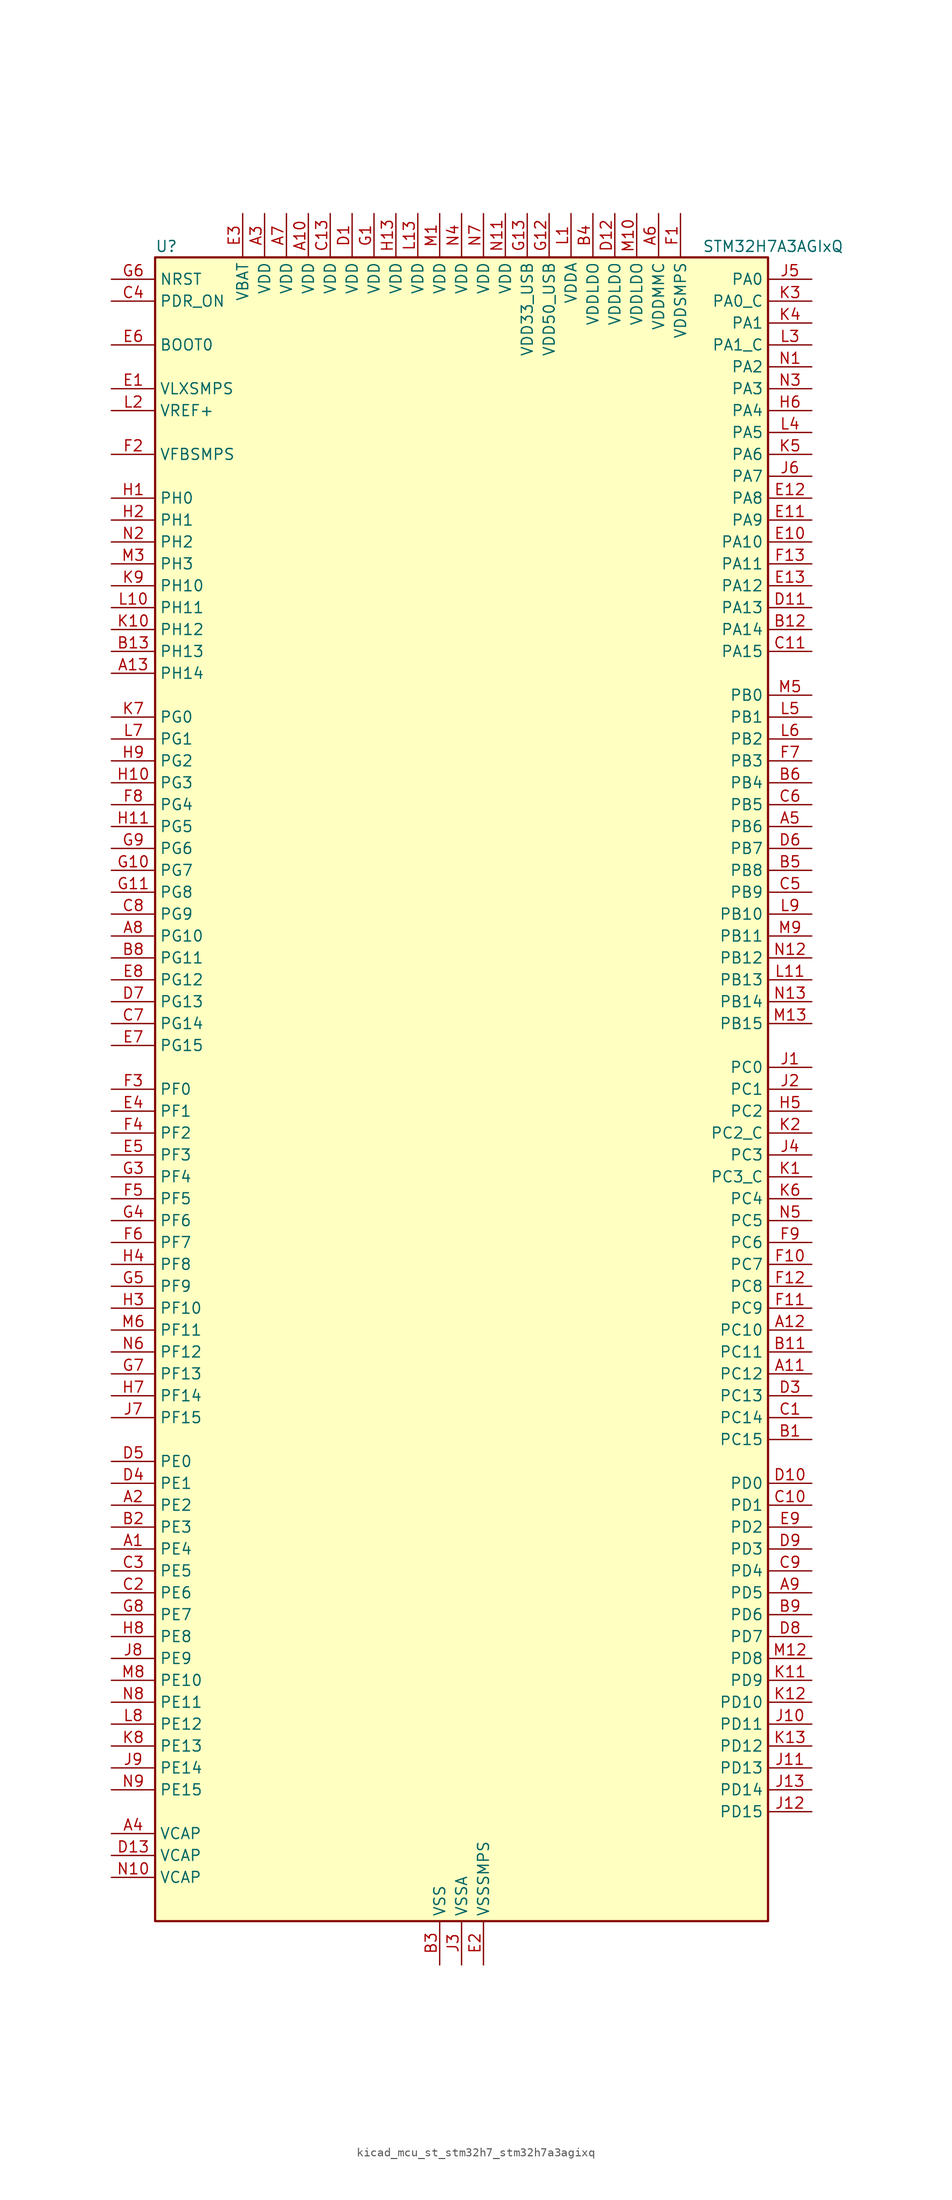
<source format=kicad_sym>
(kicad_symbol_lib
  (version 20220914)
  (generator kicad_symbol_editor)
  (symbol "kicad_mcu_st_stm32h7_stm32h7a3agixq"
    (property "Reference" "U"
      (at -35.56 97.79 0)
      (effects (font (size 1.27 1.27)) (justify left)))
    (property "Value" "STM32H7A3AGIxQ"
      (at 27.94 97.79 0)
      (effects (font (size 1.27 1.27)) (justify left)))
    (property "ki_locked" ""
      (at 0 0 0)
      (effects (font (size 1.27 1.27))))
    (symbol "kicad_mcu_st_stm32h7_stm32h7a3agixq_0_1"
      (rectangle (start -35.56 -96.52) (end 35.56 96.52) (stroke (width 0.254) (type default)) (fill (type background))))
    (symbol "kicad_mcu_st_stm32h7_stm32h7a3agixq_1_1"
      (pin bidirectional line (at -40.64 -53.34 0) (length 5.08) (name "PE4" (effects (font (size 1.27 1.27)))) (number "A1" (effects (font (size 1.27 1.27)))) (alternate "DCMI_D4" bidirectional line) (alternate "DEBUG_TRACED1" bidirectional line) (alternate "DFSDM1_DATIN3" bidirectional line) (alternate "FMC_A20" bidirectional line) (alternate "LTDC_B0" bidirectional line) (alternate "PSSI_D4" bidirectional line) (alternate "SAI1_D2" bidirectional line) (alternate "SAI1_FS_A" bidirectional line) (alternate "SPI4_NSS" bidirectional line) (alternate "TIM15_CH1N" bidirectional line))
      (pin power_in line (at -17.78 101.6 270) (length 5.08) (name "VDD" (effects (font (size 1.27 1.27)))) (number "A10" (effects (font (size 1.27 1.27)))))
      (pin bidirectional line (at 40.64 -33.02 180) (length 5.08) (name "PC12" (effects (font (size 1.27 1.27)))) (number "A11" (effects (font (size 1.27 1.27)))) (alternate "DCMI_D9" bidirectional line) (alternate "DEBUG_TRACED3" bidirectional line) (alternate "DFSDM2_CKOUT" bidirectional line) (alternate "I2S3_SDO" bidirectional line) (alternate "I2S6_CK" bidirectional line) (alternate "LTDC_R6" bidirectional line) (alternate "PSSI_D9" bidirectional line) (alternate "SDMMC1_CK" bidirectional line) (alternate "SPI3_MOSI" bidirectional line) (alternate "SPI6_SCK" bidirectional line) (alternate "TIM15_CH1" bidirectional line) (alternate "UART5_TX" bidirectional line) (alternate "USART3_CK" bidirectional line))
      (pin bidirectional line (at 40.64 -27.94 180) (length 5.08) (name "PC10" (effects (font (size 1.27 1.27)))) (number "A12" (effects (font (size 1.27 1.27)))) (alternate "DCMI_D8" bidirectional line) (alternate "DFSDM1_CKIN5" bidirectional line) (alternate "DFSDM2_CKIN0" bidirectional line) (alternate "I2S3_CK" bidirectional line) (alternate "LTDC_B1" bidirectional line) (alternate "LTDC_R2" bidirectional line) (alternate "OCTOSPIM_P1_IO1" bidirectional line) (alternate "PSSI_D8" bidirectional line) (alternate "SDMMC1_D2" bidirectional line) (alternate "SPI3_SCK" bidirectional line) (alternate "SWPMI1_RX" bidirectional line) (alternate "UART4_TX" bidirectional line) (alternate "USART3_TX" bidirectional line))
      (pin bidirectional line (at -40.64 48.26 0) (length 5.08) (name "PH14" (effects (font (size 1.27 1.27)))) (number "A13" (effects (font (size 1.27 1.27)))) (alternate "DCMI_D4" bidirectional line) (alternate "FDCAN1_RX" bidirectional line) (alternate "FMC_D22" bidirectional line) (alternate "LTDC_G3" bidirectional line) (alternate "PSSI_D4" bidirectional line) (alternate "TIM8_CH2N" bidirectional line) (alternate "UART4_RX" bidirectional line))
      (pin bidirectional line (at -40.64 -48.26 0) (length 5.08) (name "PE2" (effects (font (size 1.27 1.27)))) (number "A2" (effects (font (size 1.27 1.27)))) (alternate "DEBUG_TRACECLK" bidirectional line) (alternate "FMC_A23" bidirectional line) (alternate "OCTOSPIM_P1_IO2" bidirectional line) (alternate "SAI1_CK1" bidirectional line) (alternate "SAI1_MCLK_A" bidirectional line) (alternate "SPI4_SCK" bidirectional line) (alternate "USART10_RX" bidirectional line))
      (pin power_in line (at -22.86 101.6 270) (length 5.08) (name "VDD" (effects (font (size 1.27 1.27)))) (number "A3" (effects (font (size 1.27 1.27)))))
      (pin power_out line (at -40.64 -86.36 0) (length 5.08) (name "VCAP" (effects (font (size 1.27 1.27)))) (number "A4" (effects (font (size 1.27 1.27)))))
      (pin bidirectional line (at 40.64 30.48 180) (length 5.08) (name "PB6" (effects (font (size 1.27 1.27)))) (number "A5" (effects (font (size 1.27 1.27)))) (alternate "CEC" bidirectional line) (alternate "DCMI_D5" bidirectional line) (alternate "DFSDM1_DATIN5" bidirectional line) (alternate "FDCAN2_TX" bidirectional line) (alternate "FMC_SDNE1" bidirectional line) (alternate "I2C1_SCL" bidirectional line) (alternate "I2C4_SCL" bidirectional line) (alternate "LPUART1_TX" bidirectional line) (alternate "OCTOSPIM_P1_NCS" bidirectional line) (alternate "PSSI_D5" bidirectional line) (alternate "TIM16_CH1N" bidirectional line) (alternate "TIM4_CH1" bidirectional line) (alternate "UART5_TX" bidirectional line) (alternate "USART1_TX" bidirectional line))
      (pin power_in line (at 22.86 101.6 270) (length 5.08) (name "VDDMMC" (effects (font (size 1.27 1.27)))) (number "A6" (effects (font (size 1.27 1.27)))))
      (pin power_in line (at -20.32 101.6 270) (length 5.08) (name "VDD" (effects (font (size 1.27 1.27)))) (number "A7" (effects (font (size 1.27 1.27)))))
      (pin bidirectional line (at -40.64 17.78 0) (length 5.08) (name "PG10" (effects (font (size 1.27 1.27)))) (number "A8" (effects (font (size 1.27 1.27)))) (alternate "DCMI_D2" bidirectional line) (alternate "FMC_NE3" bidirectional line) (alternate "I2S1_WS" bidirectional line) (alternate "LTDC_B2" bidirectional line) (alternate "LTDC_G3" bidirectional line) (alternate "OCTOSPIM_P2_IO6" bidirectional line) (alternate "PSSI_D2" bidirectional line) (alternate "SAI2_SD_B" bidirectional line) (alternate "SDMMC2_D1" bidirectional line) (alternate "SPI1_NSS" bidirectional line))
      (pin bidirectional line (at 40.64 -58.42 180) (length 5.08) (name "PD5" (effects (font (size 1.27 1.27)))) (number "A9" (effects (font (size 1.27 1.27)))) (alternate "FMC_NWE" bidirectional line) (alternate "OCTOSPIM_P1_IO5" bidirectional line) (alternate "USART2_TX" bidirectional line))
      (pin bidirectional line (at 40.64 -40.64 180) (length 5.08) (name "PC15" (effects (font (size 1.27 1.27)))) (number "B1" (effects (font (size 1.27 1.27)))) (alternate "ADC1_EXTI15" bidirectional line) (alternate "ADC2_EXTI15" bidirectional line) (alternate "RCC_OSC32_OUT" bidirectional line))
      (pin passive line (at -2.54 -101.6 90) (length 5.08) hide (name "VSS" (effects (font (size 1.27 1.27)))) (number "B10" (effects (font (size 1.27 1.27)))))
      (pin bidirectional line (at 40.64 -30.48 180) (length 5.08) (name "PC11" (effects (font (size 1.27 1.27)))) (number "B11" (effects (font (size 1.27 1.27)))) (alternate "ADC1_EXTI11" bidirectional line) (alternate "ADC2_EXTI11" bidirectional line) (alternate "DCMI_D4" bidirectional line) (alternate "DFSDM1_DATIN5" bidirectional line) (alternate "DFSDM2_DATIN0" bidirectional line) (alternate "I2S3_SDI" bidirectional line) (alternate "LTDC_B4" bidirectional line) (alternate "OCTOSPIM_P1_NCS" bidirectional line) (alternate "PSSI_D4" bidirectional line) (alternate "SDMMC1_D3" bidirectional line) (alternate "SPI3_MISO" bidirectional line) (alternate "UART4_RX" bidirectional line) (alternate "USART3_RX" bidirectional line))
      (pin bidirectional line (at 40.64 53.34 180) (length 5.08) (name "PA14" (effects (font (size 1.27 1.27)))) (number "B12" (effects (font (size 1.27 1.27)))) (alternate "DEBUG_JTCK-SWCLK" bidirectional line))
      (pin bidirectional line (at -40.64 50.8 0) (length 5.08) (name "PH13" (effects (font (size 1.27 1.27)))) (number "B13" (effects (font (size 1.27 1.27)))) (alternate "FDCAN1_TX" bidirectional line) (alternate "FMC_D21" bidirectional line) (alternate "LTDC_G2" bidirectional line) (alternate "TIM8_CH1N" bidirectional line) (alternate "UART4_TX" bidirectional line))
      (pin bidirectional line (at -40.64 -50.8 0) (length 5.08) (name "PE3" (effects (font (size 1.27 1.27)))) (number "B2" (effects (font (size 1.27 1.27)))) (alternate "DEBUG_TRACED0" bidirectional line) (alternate "FMC_A19" bidirectional line) (alternate "SAI1_SD_B" bidirectional line) (alternate "TIM15_BKIN" bidirectional line) (alternate "USART10_TX" bidirectional line))
      (pin power_in line (at -2.54 -101.6 90) (length 5.08) (name "VSS" (effects (font (size 1.27 1.27)))) (number "B3" (effects (font (size 1.27 1.27)))))
      (pin power_in line (at 15.24 101.6 270) (length 5.08) (name "VDDLDO" (effects (font (size 1.27 1.27)))) (number "B4" (effects (font (size 1.27 1.27)))))
      (pin bidirectional line (at 40.64 25.4 180) (length 5.08) (name "PB8" (effects (font (size 1.27 1.27)))) (number "B5" (effects (font (size 1.27 1.27)))) (alternate "DCMI_D6" bidirectional line) (alternate "DFSDM1_CKIN7" bidirectional line) (alternate "FDCAN1_RX" bidirectional line) (alternate "I2C1_SCL" bidirectional line) (alternate "I2C4_SCL" bidirectional line) (alternate "LTDC_B6" bidirectional line) (alternate "PSSI_D6" bidirectional line) (alternate "SDMMC1_CKIN" bidirectional line) (alternate "SDMMC1_D4" bidirectional line) (alternate "SDMMC2_D4" bidirectional line) (alternate "TIM16_CH1" bidirectional line) (alternate "TIM4_CH3" bidirectional line) (alternate "UART4_RX" bidirectional line))
      (pin bidirectional line (at 40.64 35.56 180) (length 5.08) (name "PB4" (effects (font (size 1.27 1.27)))) (number "B6" (effects (font (size 1.27 1.27)))) (alternate "DEBUG_JTRST" bidirectional line) (alternate "I2S1_SDI" bidirectional line) (alternate "I2S2_WS" bidirectional line) (alternate "I2S3_SDI" bidirectional line) (alternate "I2S6_SDI" bidirectional line) (alternate "SDMMC2_D3" bidirectional line) (alternate "SPI1_MISO" bidirectional line) (alternate "SPI2_NSS" bidirectional line) (alternate "SPI3_MISO" bidirectional line) (alternate "SPI6_MISO" bidirectional line) (alternate "TIM16_BKIN" bidirectional line) (alternate "TIM3_CH1" bidirectional line) (alternate "UART7_TX" bidirectional line))
      (pin passive line (at -2.54 -101.6 90) (length 5.08) hide (name "VSS" (effects (font (size 1.27 1.27)))) (number "B7" (effects (font (size 1.27 1.27)))))
      (pin bidirectional line (at -40.64 15.24 0) (length 5.08) (name "PG11" (effects (font (size 1.27 1.27)))) (number "B8" (effects (font (size 1.27 1.27)))) (alternate "ADC1_EXTI11" bidirectional line) (alternate "ADC2_EXTI11" bidirectional line) (alternate "DCMI_D3" bidirectional line) (alternate "I2S1_CK" bidirectional line) (alternate "LPTIM1_IN2" bidirectional line) (alternate "LTDC_B3" bidirectional line) (alternate "OCTOSPIM_P2_IO7" bidirectional line) (alternate "PSSI_D3" bidirectional line) (alternate "SDMMC2_D2" bidirectional line) (alternate "SPDIFRX_IN0" bidirectional line) (alternate "SPI1_SCK" bidirectional line) (alternate "USART10_RX" bidirectional line))
      (pin bidirectional line (at 40.64 -60.96 180) (length 5.08) (name "PD6" (effects (font (size 1.27 1.27)))) (number "B9" (effects (font (size 1.27 1.27)))) (alternate "DCMI_D10" bidirectional line) (alternate "DFSDM1_CKIN4" bidirectional line) (alternate "DFSDM1_DATIN1" bidirectional line) (alternate "FMC_NWAIT" bidirectional line) (alternate "I2S3_SDO" bidirectional line) (alternate "LTDC_B2" bidirectional line) (alternate "OCTOSPIM_P1_IO6" bidirectional line) (alternate "PSSI_D10" bidirectional line) (alternate "SAI1_D1" bidirectional line) (alternate "SAI1_SD_A" bidirectional line) (alternate "SDMMC2_CK" bidirectional line) (alternate "SPI3_MOSI" bidirectional line) (alternate "USART2_RX" bidirectional line))
      (pin bidirectional line (at 40.64 -38.1 180) (length 5.08) (name "PC14" (effects (font (size 1.27 1.27)))) (number "C1" (effects (font (size 1.27 1.27)))) (alternate "RCC_OSC32_IN" bidirectional line))
      (pin bidirectional line (at 40.64 -48.26 180) (length 5.08) (name "PD1" (effects (font (size 1.27 1.27)))) (number "C10" (effects (font (size 1.27 1.27)))) (alternate "DFSDM1_DATIN6" bidirectional line) (alternate "FDCAN1_TX" bidirectional line) (alternate "FMC_D3" bidirectional line) (alternate "FMC_DA3" bidirectional line) (alternate "UART4_TX" bidirectional line))
      (pin bidirectional line (at 40.64 50.8 180) (length 5.08) (name "PA15" (effects (font (size 1.27 1.27)))) (number "C11" (effects (font (size 1.27 1.27)))) (alternate "ADC1_EXTI15" bidirectional line) (alternate "ADC2_EXTI15" bidirectional line) (alternate "CEC" bidirectional line) (alternate "DEBUG_JTDI" bidirectional line) (alternate "I2S1_WS" bidirectional line) (alternate "I2S3_WS" bidirectional line) (alternate "I2S6_WS" bidirectional line) (alternate "LTDC_B6" bidirectional line) (alternate "LTDC_R3" bidirectional line) (alternate "SPI1_NSS" bidirectional line) (alternate "SPI3_NSS" bidirectional line) (alternate "SPI6_NSS" bidirectional line) (alternate "TIM2_CH1" bidirectional line) (alternate "TIM2_ETR" bidirectional line) (alternate "UART4_DE" bidirectional line) (alternate "UART4_RTS" bidirectional line) (alternate "UART7_TX" bidirectional line))
      (pin passive line (at -2.54 -101.6 90) (length 5.08) hide (name "VSS" (effects (font (size 1.27 1.27)))) (number "C12" (effects (font (size 1.27 1.27)))))
      (pin power_in line (at -15.24 101.6 270) (length 5.08) (name "VDD" (effects (font (size 1.27 1.27)))) (number "C13" (effects (font (size 1.27 1.27)))))
      (pin bidirectional line (at -40.64 -58.42 0) (length 5.08) (name "PE6" (effects (font (size 1.27 1.27)))) (number "C2" (effects (font (size 1.27 1.27)))) (alternate "DCMI_D7" bidirectional line) (alternate "DEBUG_TRACED3" bidirectional line) (alternate "FMC_A22" bidirectional line) (alternate "LTDC_G1" bidirectional line) (alternate "PSSI_D7" bidirectional line) (alternate "SAI1_D1" bidirectional line) (alternate "SAI1_SD_A" bidirectional line) (alternate "SAI2_MCLK_B" bidirectional line) (alternate "SPI4_MOSI" bidirectional line) (alternate "TIM15_CH2" bidirectional line) (alternate "TIM1_BKIN2" bidirectional line) (alternate "TIM1_BKIN2_COMP1" bidirectional line) (alternate "TIM1_BKIN2_COMP2" bidirectional line))
      (pin bidirectional line (at -40.64 -55.88 0) (length 5.08) (name "PE5" (effects (font (size 1.27 1.27)))) (number "C3" (effects (font (size 1.27 1.27)))) (alternate "DCMI_D6" bidirectional line) (alternate "DEBUG_TRACED2" bidirectional line) (alternate "DFSDM1_CKIN3" bidirectional line) (alternate "FMC_A21" bidirectional line) (alternate "LTDC_G0" bidirectional line) (alternate "PSSI_D6" bidirectional line) (alternate "SAI1_CK2" bidirectional line) (alternate "SAI1_SCK_A" bidirectional line) (alternate "SPI4_MISO" bidirectional line) (alternate "TIM15_CH1" bidirectional line))
      (pin input line (at -40.64 91.44 0) (length 5.08) (name "PDR_ON" (effects (font (size 1.27 1.27)))) (number "C4" (effects (font (size 1.27 1.27)))))
      (pin bidirectional line (at 40.64 22.86 180) (length 5.08) (name "PB9" (effects (font (size 1.27 1.27)))) (number "C5" (effects (font (size 1.27 1.27)))) (alternate "DAC1_EXTI9" bidirectional line) (alternate "DCMI_D7" bidirectional line) (alternate "DFSDM1_DATIN7" bidirectional line) (alternate "FDCAN1_TX" bidirectional line) (alternate "I2C1_SDA" bidirectional line) (alternate "I2C4_SDA" bidirectional line) (alternate "I2C4_SMBA" bidirectional line) (alternate "I2S2_WS" bidirectional line) (alternate "LTDC_B7" bidirectional line) (alternate "PSSI_D7" bidirectional line) (alternate "SDMMC1_CDIR" bidirectional line) (alternate "SDMMC1_D5" bidirectional line) (alternate "SDMMC2_D5" bidirectional line) (alternate "SPI2_NSS" bidirectional line) (alternate "TIM17_CH1" bidirectional line) (alternate "TIM4_CH4" bidirectional line) (alternate "UART4_TX" bidirectional line))
      (pin bidirectional line (at 40.64 33.02 180) (length 5.08) (name "PB5" (effects (font (size 1.27 1.27)))) (number "C6" (effects (font (size 1.27 1.27)))) (alternate "DCMI_D10" bidirectional line) (alternate "FDCAN2_RX" bidirectional line) (alternate "FMC_SDCKE1" bidirectional line) (alternate "I2C1_SMBA" bidirectional line) (alternate "I2C4_SMBA" bidirectional line) (alternate "I2S1_SDO" bidirectional line) (alternate "I2S3_SDO" bidirectional line) (alternate "I2S6_SDO" bidirectional line) (alternate "LTDC_B5" bidirectional line) (alternate "PSSI_D10" bidirectional line) (alternate "SPI1_MOSI" bidirectional line) (alternate "SPI3_MOSI" bidirectional line) (alternate "SPI6_MOSI" bidirectional line) (alternate "TIM17_BKIN" bidirectional line) (alternate "TIM3_CH2" bidirectional line) (alternate "UART5_RX" bidirectional line) (alternate "USB_OTG_HS_ULPI_D7" bidirectional line))
      (pin bidirectional line (at -40.64 7.62 0) (length 5.08) (name "PG14" (effects (font (size 1.27 1.27)))) (number "C7" (effects (font (size 1.27 1.27)))) (alternate "DEBUG_TRACED1" bidirectional line) (alternate "FMC_A25" bidirectional line) (alternate "I2S6_SDO" bidirectional line) (alternate "LPTIM1_ETR" bidirectional line) (alternate "LTDC_B0" bidirectional line) (alternate "OCTOSPIM_P1_IO7" bidirectional line) (alternate "SDMMC2_D7" bidirectional line) (alternate "SPI6_MOSI" bidirectional line) (alternate "USART10_DE" bidirectional line) (alternate "USART10_RTS" bidirectional line) (alternate "USART6_TX" bidirectional line))
      (pin bidirectional line (at -40.64 20.32 0) (length 5.08) (name "PG9" (effects (font (size 1.27 1.27)))) (number "C8" (effects (font (size 1.27 1.27)))) (alternate "DAC1_EXTI9" bidirectional line) (alternate "DCMI_VSYNC" bidirectional line) (alternate "FMC_NCE" bidirectional line) (alternate "FMC_NE2" bidirectional line) (alternate "I2S1_SDI" bidirectional line) (alternate "OCTOSPIM_P1_IO6" bidirectional line) (alternate "PSSI_RDY" bidirectional line) (alternate "SAI2_FS_B" bidirectional line) (alternate "SDMMC2_D0" bidirectional line) (alternate "SPDIFRX_IN3" bidirectional line) (alternate "SPI1_MISO" bidirectional line) (alternate "USART6_RX" bidirectional line))
      (pin bidirectional line (at 40.64 -55.88 180) (length 5.08) (name "PD4" (effects (font (size 1.27 1.27)))) (number "C9" (effects (font (size 1.27 1.27)))) (alternate "FMC_NOE" bidirectional line) (alternate "OCTOSPIM_P1_IO4" bidirectional line) (alternate "USART2_DE" bidirectional line) (alternate "USART2_RTS" bidirectional line))
      (pin power_in line (at -12.7 101.6 270) (length 5.08) (name "VDD" (effects (font (size 1.27 1.27)))) (number "D1" (effects (font (size 1.27 1.27)))))
      (pin bidirectional line (at 40.64 -45.72 180) (length 5.08) (name "PD0" (effects (font (size 1.27 1.27)))) (number "D10" (effects (font (size 1.27 1.27)))) (alternate "DFSDM1_CKIN6" bidirectional line) (alternate "FDCAN1_RX" bidirectional line) (alternate "FMC_D2" bidirectional line) (alternate "FMC_DA2" bidirectional line) (alternate "LTDC_B1" bidirectional line) (alternate "UART4_RX" bidirectional line) (alternate "UART9_CTS" bidirectional line))
      (pin bidirectional line (at 40.64 55.88 180) (length 5.08) (name "PA13" (effects (font (size 1.27 1.27)))) (number "D11" (effects (font (size 1.27 1.27)))) (alternate "DEBUG_JTMS-SWDIO" bidirectional line))
      (pin power_in line (at 17.78 101.6 270) (length 5.08) (name "VDDLDO" (effects (font (size 1.27 1.27)))) (number "D12" (effects (font (size 1.27 1.27)))))
      (pin power_out line (at -40.64 -88.9 0) (length 5.08) (name "VCAP" (effects (font (size 1.27 1.27)))) (number "D13" (effects (font (size 1.27 1.27)))))
      (pin passive line (at -2.54 -101.6 90) (length 5.08) hide (name "VSS" (effects (font (size 1.27 1.27)))) (number "D2" (effects (font (size 1.27 1.27)))))
      (pin bidirectional line (at 40.64 -35.56 180) (length 5.08) (name "PC13" (effects (font (size 1.27 1.27)))) (number "D3" (effects (font (size 1.27 1.27)))) (alternate "PWR_WKUP4" bidirectional line) (alternate "RTC_OUT_ALARM" bidirectional line) (alternate "RTC_OUT_CALIB" bidirectional line) (alternate "RTC_TAMP1" bidirectional line) (alternate "RTC_TS" bidirectional line))
      (pin bidirectional line (at -40.64 -45.72 0) (length 5.08) (name "PE1" (effects (font (size 1.27 1.27)))) (number "D4" (effects (font (size 1.27 1.27)))) (alternate "DCMI_D3" bidirectional line) (alternate "FMC_NBL1" bidirectional line) (alternate "LPTIM1_IN2" bidirectional line) (alternate "LTDC_R6" bidirectional line) (alternate "PSSI_D3" bidirectional line) (alternate "UART8_TX" bidirectional line))
      (pin bidirectional line (at -40.64 -43.18 0) (length 5.08) (name "PE0" (effects (font (size 1.27 1.27)))) (number "D5" (effects (font (size 1.27 1.27)))) (alternate "DCMI_D2" bidirectional line) (alternate "FMC_NBL0" bidirectional line) (alternate "LPTIM1_ETR" bidirectional line) (alternate "LPTIM2_ETR" bidirectional line) (alternate "LTDC_R0" bidirectional line) (alternate "PSSI_D2" bidirectional line) (alternate "SAI2_MCLK_A" bidirectional line) (alternate "TIM4_ETR" bidirectional line) (alternate "UART8_RX" bidirectional line))
      (pin bidirectional line (at 40.64 27.94 180) (length 5.08) (name "PB7" (effects (font (size 1.27 1.27)))) (number "D6" (effects (font (size 1.27 1.27)))) (alternate "DCMI_VSYNC" bidirectional line) (alternate "DFSDM1_CKIN5" bidirectional line) (alternate "FMC_NL" bidirectional line) (alternate "I2C1_SDA" bidirectional line) (alternate "I2C4_SDA" bidirectional line) (alternate "LPUART1_RX" bidirectional line) (alternate "PSSI_RDY" bidirectional line) (alternate "PWR_PVD_IN" bidirectional line) (alternate "TIM17_CH1N" bidirectional line) (alternate "TIM4_CH2" bidirectional line) (alternate "USART1_RX" bidirectional line))
      (pin bidirectional line (at -40.64 10.16 0) (length 5.08) (name "PG13" (effects (font (size 1.27 1.27)))) (number "D7" (effects (font (size 1.27 1.27)))) (alternate "DEBUG_TRACED0" bidirectional line) (alternate "FMC_A24" bidirectional line) (alternate "I2S6_CK" bidirectional line) (alternate "LPTIM1_OUT" bidirectional line) (alternate "LTDC_R0" bidirectional line) (alternate "SDMMC2_D6" bidirectional line) (alternate "SPI6_SCK" bidirectional line) (alternate "USART10_CTS" bidirectional line) (alternate "USART10_NSS" bidirectional line) (alternate "USART6_CTS" bidirectional line) (alternate "USART6_NSS" bidirectional line))
      (pin bidirectional line (at 40.64 -63.5 180) (length 5.08) (name "PD7" (effects (font (size 1.27 1.27)))) (number "D8" (effects (font (size 1.27 1.27)))) (alternate "DFSDM1_CKIN1" bidirectional line) (alternate "DFSDM1_DATIN4" bidirectional line) (alternate "FMC_NE1" bidirectional line) (alternate "I2S1_SDO" bidirectional line) (alternate "OCTOSPIM_P1_IO7" bidirectional line) (alternate "SDMMC2_CMD" bidirectional line) (alternate "SPDIFRX_IN0" bidirectional line) (alternate "SPI1_MOSI" bidirectional line) (alternate "USART2_CK" bidirectional line))
      (pin bidirectional line (at 40.64 -53.34 180) (length 5.08) (name "PD3" (effects (font (size 1.27 1.27)))) (number "D9" (effects (font (size 1.27 1.27)))) (alternate "DCMI_D5" bidirectional line) (alternate "DFSDM1_CKOUT" bidirectional line) (alternate "FMC_CLK" bidirectional line) (alternate "I2S2_CK" bidirectional line) (alternate "LTDC_G7" bidirectional line) (alternate "PSSI_D5" bidirectional line) (alternate "SPI2_SCK" bidirectional line) (alternate "USART2_CTS" bidirectional line) (alternate "USART2_NSS" bidirectional line))
      (pin power_in line (at -40.64 81.28 0) (length 5.08) (name "VLXSMPS" (effects (font (size 1.27 1.27)))) (number "E1" (effects (font (size 1.27 1.27)))))
      (pin bidirectional line (at 40.64 63.5 180) (length 5.08) (name "PA10" (effects (font (size 1.27 1.27)))) (number "E10" (effects (font (size 1.27 1.27)))) (alternate "DCMI_D1" bidirectional line) (alternate "LPUART1_RX" bidirectional line) (alternate "LTDC_B1" bidirectional line) (alternate "LTDC_B4" bidirectional line) (alternate "MDIOS_MDIO" bidirectional line) (alternate "PSSI_D1" bidirectional line) (alternate "TIM1_CH3" bidirectional line) (alternate "USART1_RX" bidirectional line) (alternate "USB_OTG_HS_ID" bidirectional line))
      (pin bidirectional line (at 40.64 66.04 180) (length 5.08) (name "PA9" (effects (font (size 1.27 1.27)))) (number "E11" (effects (font (size 1.27 1.27)))) (alternate "DAC1_EXTI9" bidirectional line) (alternate "DCMI_D0" bidirectional line) (alternate "I2C3_SMBA" bidirectional line) (alternate "I2S2_CK" bidirectional line) (alternate "LPUART1_TX" bidirectional line) (alternate "LTDC_R5" bidirectional line) (alternate "PSSI_D0" bidirectional line) (alternate "SPI2_SCK" bidirectional line) (alternate "TIM1_CH2" bidirectional line) (alternate "USART1_TX" bidirectional line) (alternate "USB_OTG_HS_VBUS" bidirectional line))
      (pin bidirectional line (at 40.64 68.58 180) (length 5.08) (name "PA8" (effects (font (size 1.27 1.27)))) (number "E12" (effects (font (size 1.27 1.27)))) (alternate "I2C3_SCL" bidirectional line) (alternate "LTDC_B3" bidirectional line) (alternate "LTDC_R6" bidirectional line) (alternate "RCC_MCO_1" bidirectional line) (alternate "TIM1_CH1" bidirectional line) (alternate "TIM8_BKIN2" bidirectional line) (alternate "TIM8_BKIN2_COMP1" bidirectional line) (alternate "TIM8_BKIN2_COMP2" bidirectional line) (alternate "UART7_RX" bidirectional line) (alternate "USART1_CK" bidirectional line) (alternate "USB_OTG_HS_SOF" bidirectional line))
      (pin bidirectional line (at 40.64 58.42 180) (length 5.08) (name "PA12" (effects (font (size 1.27 1.27)))) (number "E13" (effects (font (size 1.27 1.27)))) (alternate "FDCAN1_TX" bidirectional line) (alternate "I2S2_CK" bidirectional line) (alternate "LPUART1_DE" bidirectional line) (alternate "LPUART1_RTS" bidirectional line) (alternate "LTDC_R5" bidirectional line) (alternate "SAI2_FS_B" bidirectional line) (alternate "SPI2_SCK" bidirectional line) (alternate "TIM1_ETR" bidirectional line) (alternate "UART4_TX" bidirectional line) (alternate "USART1_DE" bidirectional line) (alternate "USART1_RTS" bidirectional line) (alternate "USB_OTG_HS_DP" bidirectional line))
      (pin power_in line (at 2.54 -101.6 90) (length 5.08) (name "VSSSMPS" (effects (font (size 1.27 1.27)))) (number "E2" (effects (font (size 1.27 1.27)))))
      (pin power_in line (at -25.4 101.6 270) (length 5.08) (name "VBAT" (effects (font (size 1.27 1.27)))) (number "E3" (effects (font (size 1.27 1.27)))))
      (pin bidirectional line (at -40.64 -2.54 0) (length 5.08) (name "PF1" (effects (font (size 1.27 1.27)))) (number "E4" (effects (font (size 1.27 1.27)))) (alternate "FMC_A1" bidirectional line) (alternate "I2C2_SCL" bidirectional line) (alternate "OCTOSPIM_P2_IO1" bidirectional line))
      (pin bidirectional line (at -40.64 -7.62 0) (length 5.08) (name "PF3" (effects (font (size 1.27 1.27)))) (number "E5" (effects (font (size 1.27 1.27)))) (alternate "FMC_A3" bidirectional line) (alternate "OCTOSPIM_P2_IO3" bidirectional line))
      (pin input line (at -40.64 86.36 0) (length 5.08) (name "BOOT0" (effects (font (size 1.27 1.27)))) (number "E6" (effects (font (size 1.27 1.27)))))
      (pin bidirectional line (at -40.64 5.08 0) (length 5.08) (name "PG15" (effects (font (size 1.27 1.27)))) (number "E7" (effects (font (size 1.27 1.27)))) (alternate "ADC1_EXTI15" bidirectional line) (alternate "ADC2_EXTI15" bidirectional line) (alternate "DCMI_D13" bidirectional line) (alternate "FMC_SDNCAS" bidirectional line) (alternate "OCTOSPIM_P2_DQS" bidirectional line) (alternate "PSSI_D13" bidirectional line) (alternate "USART10_CK" bidirectional line) (alternate "USART6_CTS" bidirectional line) (alternate "USART6_NSS" bidirectional line))
      (pin bidirectional line (at -40.64 12.7 0) (length 5.08) (name "PG12" (effects (font (size 1.27 1.27)))) (number "E8" (effects (font (size 1.27 1.27)))) (alternate "FMC_NE4" bidirectional line) (alternate "I2S6_SDI" bidirectional line) (alternate "LPTIM1_IN1" bidirectional line) (alternate "LTDC_B1" bidirectional line) (alternate "LTDC_B4" bidirectional line) (alternate "OCTOSPIM_P2_NCS" bidirectional line) (alternate "SDMMC2_D3" bidirectional line) (alternate "SPDIFRX_IN1" bidirectional line) (alternate "SPI6_MISO" bidirectional line) (alternate "USART10_TX" bidirectional line) (alternate "USART6_DE" bidirectional line) (alternate "USART6_RTS" bidirectional line))
      (pin bidirectional line (at 40.64 -50.8 180) (length 5.08) (name "PD2" (effects (font (size 1.27 1.27)))) (number "E9" (effects (font (size 1.27 1.27)))) (alternate "DCMI_D11" bidirectional line) (alternate "DEBUG_TRACED2" bidirectional line) (alternate "LTDC_B2" bidirectional line) (alternate "LTDC_B7" bidirectional line) (alternate "PSSI_D11" bidirectional line) (alternate "SDMMC1_CMD" bidirectional line) (alternate "TIM15_BKIN" bidirectional line) (alternate "TIM3_ETR" bidirectional line) (alternate "UART5_RX" bidirectional line))
      (pin power_in line (at 25.4 101.6 270) (length 5.08) (name "VDDSMPS" (effects (font (size 1.27 1.27)))) (number "F1" (effects (font (size 1.27 1.27)))))
      (pin bidirectional line (at 40.64 -20.32 180) (length 5.08) (name "PC7" (effects (font (size 1.27 1.27)))) (number "F10" (effects (font (size 1.27 1.27)))) (alternate "DCMI_D1" bidirectional line) (alternate "DEBUG_TRGIO" bidirectional line) (alternate "DFSDM1_DATIN3" bidirectional line) (alternate "FMC_NE1" bidirectional line) (alternate "I2S3_MCK" bidirectional line) (alternate "LTDC_G6" bidirectional line) (alternate "PSSI_D1" bidirectional line) (alternate "SDMMC1_D123DIR" bidirectional line) (alternate "SDMMC1_D7" bidirectional line) (alternate "SDMMC2_D7" bidirectional line) (alternate "SWPMI1_TX" bidirectional line) (alternate "TIM3_CH2" bidirectional line) (alternate "TIM8_CH2" bidirectional line) (alternate "USART6_RX" bidirectional line))
      (pin bidirectional line (at 40.64 -25.4 180) (length 5.08) (name "PC9" (effects (font (size 1.27 1.27)))) (number "F11" (effects (font (size 1.27 1.27)))) (alternate "DAC1_EXTI9" bidirectional line) (alternate "DCMI_D3" bidirectional line) (alternate "I2C3_SDA" bidirectional line) (alternate "I2S_CKIN" bidirectional line) (alternate "LTDC_B2" bidirectional line) (alternate "LTDC_G3" bidirectional line) (alternate "OCTOSPIM_P1_IO0" bidirectional line) (alternate "PSSI_D3" bidirectional line) (alternate "RCC_MCO_2" bidirectional line) (alternate "SDMMC1_D1" bidirectional line) (alternate "SWPMI1_SUSPEND" bidirectional line) (alternate "TIM3_CH4" bidirectional line) (alternate "TIM8_CH4" bidirectional line) (alternate "UART5_CTS" bidirectional line))
      (pin bidirectional line (at 40.64 -22.86 180) (length 5.08) (name "PC8" (effects (font (size 1.27 1.27)))) (number "F12" (effects (font (size 1.27 1.27)))) (alternate "DCMI_D2" bidirectional line) (alternate "DEBUG_TRACED1" bidirectional line) (alternate "FMC_INT" bidirectional line) (alternate "FMC_NCE" bidirectional line) (alternate "FMC_NE2" bidirectional line) (alternate "PSSI_D2" bidirectional line) (alternate "SDMMC1_D0" bidirectional line) (alternate "SWPMI1_RX" bidirectional line) (alternate "TIM3_CH3" bidirectional line) (alternate "TIM8_CH3" bidirectional line) (alternate "UART5_DE" bidirectional line) (alternate "UART5_RTS" bidirectional line) (alternate "USART6_CK" bidirectional line))
      (pin bidirectional line (at 40.64 60.96 180) (length 5.08) (name "PA11" (effects (font (size 1.27 1.27)))) (number "F13" (effects (font (size 1.27 1.27)))) (alternate "ADC1_EXTI11" bidirectional line) (alternate "ADC2_EXTI11" bidirectional line) (alternate "FDCAN1_RX" bidirectional line) (alternate "I2S2_WS" bidirectional line) (alternate "LPUART1_CTS" bidirectional line) (alternate "LTDC_R4" bidirectional line) (alternate "SPI2_NSS" bidirectional line) (alternate "TIM1_CH4" bidirectional line) (alternate "UART4_RX" bidirectional line) (alternate "USART1_CTS" bidirectional line) (alternate "USART1_NSS" bidirectional line) (alternate "USB_OTG_HS_DM" bidirectional line))
      (pin input line (at -40.64 73.66 0) (length 5.08) (name "VFBSMPS" (effects (font (size 1.27 1.27)))) (number "F2" (effects (font (size 1.27 1.27)))))
      (pin bidirectional line (at -40.64 0 0) (length 5.08) (name "PF0" (effects (font (size 1.27 1.27)))) (number "F3" (effects (font (size 1.27 1.27)))) (alternate "FMC_A0" bidirectional line) (alternate "I2C2_SDA" bidirectional line) (alternate "OCTOSPIM_P2_IO0" bidirectional line))
      (pin bidirectional line (at -40.64 -5.08 0) (length 5.08) (name "PF2" (effects (font (size 1.27 1.27)))) (number "F4" (effects (font (size 1.27 1.27)))) (alternate "FMC_A2" bidirectional line) (alternate "I2C2_SMBA" bidirectional line) (alternate "OCTOSPIM_P2_IO2" bidirectional line))
      (pin bidirectional line (at -40.64 -12.7 0) (length 5.08) (name "PF5" (effects (font (size 1.27 1.27)))) (number "F5" (effects (font (size 1.27 1.27)))) (alternate "FMC_A5" bidirectional line) (alternate "OCTOSPIM_P2_NCLK" bidirectional line))
      (pin bidirectional line (at -40.64 -17.78 0) (length 5.08) (name "PF7" (effects (font (size 1.27 1.27)))) (number "F6" (effects (font (size 1.27 1.27)))) (alternate "OCTOSPIM_P1_IO2" bidirectional line) (alternate "SAI1_MCLK_B" bidirectional line) (alternate "SPI5_SCK" bidirectional line) (alternate "TIM17_CH1" bidirectional line) (alternate "UART7_TX" bidirectional line))
      (pin bidirectional line (at 40.64 38.1 180) (length 5.08) (name "PB3" (effects (font (size 1.27 1.27)))) (number "F7" (effects (font (size 1.27 1.27)))) (alternate "CRS_SYNC" bidirectional line) (alternate "DEBUG_JTDO-SWO" bidirectional line) (alternate "I2S1_CK" bidirectional line) (alternate "I2S3_CK" bidirectional line) (alternate "I2S6_CK" bidirectional line) (alternate "SDMMC2_D2" bidirectional line) (alternate "SPI1_SCK" bidirectional line) (alternate "SPI3_SCK" bidirectional line) (alternate "SPI6_SCK" bidirectional line) (alternate "TIM2_CH2" bidirectional line) (alternate "UART7_RX" bidirectional line))
      (pin bidirectional line (at -40.64 33.02 0) (length 5.08) (name "PG4" (effects (font (size 1.27 1.27)))) (number "F8" (effects (font (size 1.27 1.27)))) (alternate "FMC_A14" bidirectional line) (alternate "FMC_BA0" bidirectional line) (alternate "TIM1_BKIN2" bidirectional line) (alternate "TIM1_BKIN2_COMP1" bidirectional line) (alternate "TIM1_BKIN2_COMP2" bidirectional line))
      (pin bidirectional line (at 40.64 -17.78 180) (length 5.08) (name "PC6" (effects (font (size 1.27 1.27)))) (number "F9" (effects (font (size 1.27 1.27)))) (alternate "DCMI_D0" bidirectional line) (alternate "DFSDM1_CKIN3" bidirectional line) (alternate "FMC_NWAIT" bidirectional line) (alternate "I2S2_MCK" bidirectional line) (alternate "LTDC_HSYNC" bidirectional line) (alternate "PSSI_D0" bidirectional line) (alternate "SDMMC1_D0DIR" bidirectional line) (alternate "SDMMC1_D6" bidirectional line) (alternate "SDMMC2_D6" bidirectional line) (alternate "SWPMI1_IO" bidirectional line) (alternate "TIM3_CH1" bidirectional line) (alternate "TIM8_CH1" bidirectional line) (alternate "USART6_TX" bidirectional line))
      (pin power_in line (at -10.16 101.6 270) (length 5.08) (name "VDD" (effects (font (size 1.27 1.27)))) (number "G1" (effects (font (size 1.27 1.27)))))
      (pin bidirectional line (at -40.64 25.4 0) (length 5.08) (name "PG7" (effects (font (size 1.27 1.27)))) (number "G10" (effects (font (size 1.27 1.27)))) (alternate "DCMI_D13" bidirectional line) (alternate "FMC_INT" bidirectional line) (alternate "LTDC_CLK" bidirectional line) (alternate "OCTOSPIM_P2_DQS" bidirectional line) (alternate "PSSI_D13" bidirectional line) (alternate "SAI1_MCLK_A" bidirectional line) (alternate "USART6_CK" bidirectional line))
      (pin bidirectional line (at -40.64 22.86 0) (length 5.08) (name "PG8" (effects (font (size 1.27 1.27)))) (number "G11" (effects (font (size 1.27 1.27)))) (alternate "FMC_SDCLK" bidirectional line) (alternate "I2S6_WS" bidirectional line) (alternate "LTDC_G7" bidirectional line) (alternate "SPDIFRX_IN2" bidirectional line) (alternate "SPI6_NSS" bidirectional line) (alternate "TIM8_ETR" bidirectional line) (alternate "USART6_DE" bidirectional line) (alternate "USART6_RTS" bidirectional line))
      (pin power_in line (at 10.16 101.6 270) (length 5.08) (name "VDD50_USB" (effects (font (size 1.27 1.27)))) (number "G12" (effects (font (size 1.27 1.27)))))
      (pin power_in line (at 7.62 101.6 270) (length 5.08) (name "VDD33_USB" (effects (font (size 1.27 1.27)))) (number "G13" (effects (font (size 1.27 1.27)))))
      (pin passive line (at -2.54 -101.6 90) (length 5.08) hide (name "VSS" (effects (font (size 1.27 1.27)))) (number "G2" (effects (font (size 1.27 1.27)))))
      (pin bidirectional line (at -40.64 -10.16 0) (length 5.08) (name "PF4" (effects (font (size 1.27 1.27)))) (number "G3" (effects (font (size 1.27 1.27)))) (alternate "FMC_A4" bidirectional line) (alternate "OCTOSPIM_P2_CLK" bidirectional line))
      (pin bidirectional line (at -40.64 -15.24 0) (length 5.08) (name "PF6" (effects (font (size 1.27 1.27)))) (number "G4" (effects (font (size 1.27 1.27)))) (alternate "OCTOSPIM_P1_IO3" bidirectional line) (alternate "SAI1_SD_B" bidirectional line) (alternate "SPI5_NSS" bidirectional line) (alternate "TIM16_CH1" bidirectional line) (alternate "UART7_RX" bidirectional line))
      (pin bidirectional line (at -40.64 -22.86 0) (length 5.08) (name "PF9" (effects (font (size 1.27 1.27)))) (number "G5" (effects (font (size 1.27 1.27)))) (alternate "DAC1_EXTI9" bidirectional line) (alternate "OCTOSPIM_P1_IO1" bidirectional line) (alternate "SAI1_FS_B" bidirectional line) (alternate "SPI5_MOSI" bidirectional line) (alternate "TIM14_CH1" bidirectional line) (alternate "TIM17_CH1N" bidirectional line) (alternate "UART7_CTS" bidirectional line))
      (pin input line (at -40.64 93.98 0) (length 5.08) (name "NRST" (effects (font (size 1.27 1.27)))) (number "G6" (effects (font (size 1.27 1.27)))))
      (pin bidirectional line (at -40.64 -33.02 0) (length 5.08) (name "PF13" (effects (font (size 1.27 1.27)))) (number "G7" (effects (font (size 1.27 1.27)))) (alternate "ADC2_INP2" bidirectional line) (alternate "DFSDM1_DATIN6" bidirectional line) (alternate "FMC_A7" bidirectional line) (alternate "I2C4_SMBA" bidirectional line))
      (pin bidirectional line (at -40.64 -60.96 0) (length 5.08) (name "PE7" (effects (font (size 1.27 1.27)))) (number "G8" (effects (font (size 1.27 1.27)))) (alternate "COMP2_INM" bidirectional line) (alternate "DFSDM1_DATIN2" bidirectional line) (alternate "FMC_D4" bidirectional line) (alternate "FMC_DA4" bidirectional line) (alternate "OCTOSPIM_P1_IO4" bidirectional line) (alternate "OPAMP2_VOUT" bidirectional line) (alternate "TIM1_ETR" bidirectional line) (alternate "UART7_RX" bidirectional line))
      (pin bidirectional line (at -40.64 27.94 0) (length 5.08) (name "PG6" (effects (font (size 1.27 1.27)))) (number "G9" (effects (font (size 1.27 1.27)))) (alternate "DCMI_D12" bidirectional line) (alternate "FMC_NE3" bidirectional line) (alternate "LTDC_R7" bidirectional line) (alternate "OCTOSPIM_P1_NCS" bidirectional line) (alternate "PSSI_D12" bidirectional line) (alternate "TIM17_BKIN" bidirectional line))
      (pin bidirectional line (at -40.64 68.58 0) (length 5.08) (name "PH0" (effects (font (size 1.27 1.27)))) (number "H1" (effects (font (size 1.27 1.27)))) (alternate "RCC_OSC_IN" bidirectional line))
      (pin bidirectional line (at -40.64 35.56 0) (length 5.08) (name "PG3" (effects (font (size 1.27 1.27)))) (number "H10" (effects (font (size 1.27 1.27)))) (alternate "FMC_A13" bidirectional line) (alternate "TIM8_BKIN2" bidirectional line) (alternate "TIM8_BKIN2_COMP1" bidirectional line) (alternate "TIM8_BKIN2_COMP2" bidirectional line))
      (pin bidirectional line (at -40.64 30.48 0) (length 5.08) (name "PG5" (effects (font (size 1.27 1.27)))) (number "H11" (effects (font (size 1.27 1.27)))) (alternate "FMC_A15" bidirectional line) (alternate "FMC_BA1" bidirectional line) (alternate "TIM1_ETR" bidirectional line))
      (pin passive line (at -2.54 -101.6 90) (length 5.08) hide (name "VSS" (effects (font (size 1.27 1.27)))) (number "H12" (effects (font (size 1.27 1.27)))))
      (pin power_in line (at -7.62 101.6 270) (length 5.08) (name "VDD" (effects (font (size 1.27 1.27)))) (number "H13" (effects (font (size 1.27 1.27)))))
      (pin bidirectional line (at -40.64 66.04 0) (length 5.08) (name "PH1" (effects (font (size 1.27 1.27)))) (number "H2" (effects (font (size 1.27 1.27)))) (alternate "RCC_OSC_OUT" bidirectional line))
      (pin bidirectional line (at -40.64 -25.4 0) (length 5.08) (name "PF10" (effects (font (size 1.27 1.27)))) (number "H3" (effects (font (size 1.27 1.27)))) (alternate "DCMI_D11" bidirectional line) (alternate "LTDC_DE" bidirectional line) (alternate "OCTOSPIM_P1_CLK" bidirectional line) (alternate "PSSI_D11" bidirectional line) (alternate "PSSI_D15" bidirectional line) (alternate "SAI1_D3" bidirectional line) (alternate "TIM16_BKIN" bidirectional line))
      (pin bidirectional line (at -40.64 -20.32 0) (length 5.08) (name "PF8" (effects (font (size 1.27 1.27)))) (number "H4" (effects (font (size 1.27 1.27)))) (alternate "OCTOSPIM_P1_IO0" bidirectional line) (alternate "SAI1_SCK_B" bidirectional line) (alternate "SPI5_MISO" bidirectional line) (alternate "TIM13_CH1" bidirectional line) (alternate "TIM16_CH1N" bidirectional line) (alternate "UART7_DE" bidirectional line) (alternate "UART7_RTS" bidirectional line))
      (pin bidirectional line (at 40.64 -2.54 180) (length 5.08) (name "PC2" (effects (font (size 1.27 1.27)))) (number "H5" (effects (font (size 1.27 1.27)))) (alternate "ADC1_INN11" bidirectional line) (alternate "ADC1_INP12" bidirectional line) (alternate "ADC2_INN11" bidirectional line) (alternate "ADC2_INP12" bidirectional line) (alternate "DFSDM1_CKIN1" bidirectional line) (alternate "DFSDM1_CKOUT" bidirectional line) (alternate "FMC_SDNE0" bidirectional line) (alternate "I2S2_SDI" bidirectional line) (alternate "OCTOSPIM_P1_IO2" bidirectional line) (alternate "OCTOSPIM_P1_IO5" bidirectional line) (alternate "PWR_CSTOP" bidirectional line) (alternate "SPI2_MISO" bidirectional line) (alternate "USB_OTG_HS_ULPI_DIR" bidirectional line))
      (pin bidirectional line (at 40.64 78.74 180) (length 5.08) (name "PA4" (effects (font (size 1.27 1.27)))) (number "H6" (effects (font (size 1.27 1.27)))) (alternate "ADC1_INP18" bidirectional line) (alternate "DAC1_OUT1" bidirectional line) (alternate "DCMI_HSYNC" bidirectional line) (alternate "I2S1_WS" bidirectional line) (alternate "I2S3_WS" bidirectional line) (alternate "I2S6_WS" bidirectional line) (alternate "LTDC_VSYNC" bidirectional line) (alternate "PSSI_DE" bidirectional line) (alternate "SPI1_NSS" bidirectional line) (alternate "SPI3_NSS" bidirectional line) (alternate "SPI6_NSS" bidirectional line) (alternate "TIM5_ETR" bidirectional line) (alternate "USART2_CK" bidirectional line))
      (pin bidirectional line (at -40.64 -35.56 0) (length 5.08) (name "PF14" (effects (font (size 1.27 1.27)))) (number "H7" (effects (font (size 1.27 1.27)))) (alternate "ADC2_INN2" bidirectional line) (alternate "ADC2_INP6" bidirectional line) (alternate "DFSDM1_CKIN6" bidirectional line) (alternate "FMC_A8" bidirectional line) (alternate "I2C4_SCL" bidirectional line))
      (pin bidirectional line (at -40.64 -63.5 0) (length 5.08) (name "PE8" (effects (font (size 1.27 1.27)))) (number "H8" (effects (font (size 1.27 1.27)))) (alternate "COMP2_OUT" bidirectional line) (alternate "DFSDM1_CKIN2" bidirectional line) (alternate "FMC_D5" bidirectional line) (alternate "FMC_DA5" bidirectional line) (alternate "OCTOSPIM_P1_IO5" bidirectional line) (alternate "OPAMP2_VINM" bidirectional line) (alternate "TIM1_CH1N" bidirectional line) (alternate "UART7_TX" bidirectional line))
      (pin bidirectional line (at -40.64 38.1 0) (length 5.08) (name "PG2" (effects (font (size 1.27 1.27)))) (number "H9" (effects (font (size 1.27 1.27)))) (alternate "FMC_A12" bidirectional line) (alternate "TIM8_BKIN" bidirectional line) (alternate "TIM8_BKIN_COMP1" bidirectional line) (alternate "TIM8_BKIN_COMP2" bidirectional line))
      (pin bidirectional line (at 40.64 2.54 180) (length 5.08) (name "PC0" (effects (font (size 1.27 1.27)))) (number "J1" (effects (font (size 1.27 1.27)))) (alternate "ADC1_INP10" bidirectional line) (alternate "ADC2_INP10" bidirectional line) (alternate "DFSDM1_CKIN0" bidirectional line) (alternate "DFSDM1_DATIN4" bidirectional line) (alternate "FMC_A25" bidirectional line) (alternate "FMC_SDNWE" bidirectional line) (alternate "LTDC_G2" bidirectional line) (alternate "LTDC_R5" bidirectional line) (alternate "SAI2_FS_B" bidirectional line) (alternate "USB_OTG_HS_ULPI_STP" bidirectional line))
      (pin bidirectional line (at 40.64 -73.66 180) (length 5.08) (name "PD11" (effects (font (size 1.27 1.27)))) (number "J10" (effects (font (size 1.27 1.27)))) (alternate "ADC1_EXTI11" bidirectional line) (alternate "ADC2_EXTI11" bidirectional line) (alternate "FMC_A16" bidirectional line) (alternate "FMC_CLE" bidirectional line) (alternate "I2C4_SMBA" bidirectional line) (alternate "LPTIM2_IN2" bidirectional line) (alternate "OCTOSPIM_P1_IO0" bidirectional line) (alternate "SAI2_SD_A" bidirectional line) (alternate "USART3_CTS" bidirectional line) (alternate "USART3_NSS" bidirectional line))
      (pin bidirectional line (at 40.64 -78.74 180) (length 5.08) (name "PD13" (effects (font (size 1.27 1.27)))) (number "J11" (effects (font (size 1.27 1.27)))) (alternate "DCMI_D13" bidirectional line) (alternate "FMC_A18" bidirectional line) (alternate "I2C4_SDA" bidirectional line) (alternate "LPTIM1_OUT" bidirectional line) (alternate "OCTOSPIM_P1_IO3" bidirectional line) (alternate "PSSI_D13" bidirectional line) (alternate "SAI2_SCK_A" bidirectional line) (alternate "TIM4_CH2" bidirectional line) (alternate "UART9_DE" bidirectional line) (alternate "UART9_RTS" bidirectional line))
      (pin bidirectional line (at 40.64 -83.82 180) (length 5.08) (name "PD15" (effects (font (size 1.27 1.27)))) (number "J12" (effects (font (size 1.27 1.27)))) (alternate "ADC1_EXTI15" bidirectional line) (alternate "ADC2_EXTI15" bidirectional line) (alternate "FMC_D1" bidirectional line) (alternate "FMC_DA1" bidirectional line) (alternate "TIM4_CH4" bidirectional line) (alternate "UART8_DE" bidirectional line) (alternate "UART8_RTS" bidirectional line) (alternate "UART9_TX" bidirectional line))
      (pin bidirectional line (at 40.64 -81.28 180) (length 5.08) (name "PD14" (effects (font (size 1.27 1.27)))) (number "J13" (effects (font (size 1.27 1.27)))) (alternate "FMC_D0" bidirectional line) (alternate "FMC_DA0" bidirectional line) (alternate "TIM4_CH3" bidirectional line) (alternate "UART8_CTS" bidirectional line) (alternate "UART9_RX" bidirectional line))
      (pin bidirectional line (at 40.64 0 180) (length 5.08) (name "PC1" (effects (font (size 1.27 1.27)))) (number "J2" (effects (font (size 1.27 1.27)))) (alternate "ADC1_INN10" bidirectional line) (alternate "ADC1_INP11" bidirectional line) (alternate "ADC2_INN10" bidirectional line) (alternate "ADC2_INP11" bidirectional line) (alternate "DEBUG_TRACED0" bidirectional line) (alternate "DFSDM1_CKIN4" bidirectional line) (alternate "DFSDM1_DATIN0" bidirectional line) (alternate "I2S2_SDO" bidirectional line) (alternate "LTDC_G5" bidirectional line) (alternate "MDIOS_MDC" bidirectional line) (alternate "OCTOSPIM_P1_IO4" bidirectional line) (alternate "PWR_WKUP6" bidirectional line) (alternate "RTC_TAMP3" bidirectional line) (alternate "SAI1_D1" bidirectional line) (alternate "SAI1_SD_A" bidirectional line) (alternate "SDMMC2_CK" bidirectional line) (alternate "SPI2_MOSI" bidirectional line))
      (pin power_in line (at 0 -101.6 90) (length 5.08) (name "VSSA" (effects (font (size 1.27 1.27)))) (number "J3" (effects (font (size 1.27 1.27)))))
      (pin bidirectional line (at 40.64 -7.62 180) (length 5.08) (name "PC3" (effects (font (size 1.27 1.27)))) (number "J4" (effects (font (size 1.27 1.27)))) (alternate "ADC1_INN12" bidirectional line) (alternate "ADC1_INP13" bidirectional line) (alternate "ADC2_INN12" bidirectional line) (alternate "ADC2_INP13" bidirectional line) (alternate "DFSDM1_DATIN1" bidirectional line) (alternate "FMC_SDCKE0" bidirectional line) (alternate "I2S2_SDO" bidirectional line) (alternate "OCTOSPIM_P1_IO0" bidirectional line) (alternate "OCTOSPIM_P1_IO6" bidirectional line) (alternate "PWR_CSLEEP" bidirectional line) (alternate "SPI2_MOSI" bidirectional line) (alternate "USB_OTG_HS_ULPI_NXT" bidirectional line))
      (pin bidirectional line (at 40.64 93.98 180) (length 5.08) (name "PA0" (effects (font (size 1.27 1.27)))) (number "J5" (effects (font (size 1.27 1.27)))) (alternate "ADC1_INP16" bidirectional line) (alternate "I2S6_WS" bidirectional line) (alternate "PWR_WKUP1" bidirectional line) (alternate "SAI2_SD_B" bidirectional line) (alternate "SDMMC2_CMD" bidirectional line) (alternate "SPI6_NSS" bidirectional line) (alternate "TIM15_BKIN" bidirectional line) (alternate "TIM2_CH1" bidirectional line) (alternate "TIM2_ETR" bidirectional line) (alternate "TIM5_CH1" bidirectional line) (alternate "TIM8_ETR" bidirectional line) (alternate "UART4_TX" bidirectional line) (alternate "USART2_CTS" bidirectional line) (alternate "USART2_NSS" bidirectional line))
      (pin bidirectional line (at 40.64 71.12 180) (length 5.08) (name "PA7" (effects (font (size 1.27 1.27)))) (number "J6" (effects (font (size 1.27 1.27)))) (alternate "ADC1_INN3" bidirectional line) (alternate "ADC1_INP7" bidirectional line) (alternate "ADC2_INN3" bidirectional line) (alternate "ADC2_INP7" bidirectional line) (alternate "DFSDM2_DATIN1" bidirectional line) (alternate "FMC_SDNWE" bidirectional line) (alternate "I2S1_SDO" bidirectional line) (alternate "I2S6_SDO" bidirectional line) (alternate "LTDC_VSYNC" bidirectional line) (alternate "OCTOSPIM_P1_IO2" bidirectional line) (alternate "OPAMP1_VINM" bidirectional line) (alternate "SPI1_MOSI" bidirectional line) (alternate "SPI6_MOSI" bidirectional line) (alternate "TIM14_CH1" bidirectional line) (alternate "TIM1_CH1N" bidirectional line) (alternate "TIM3_CH2" bidirectional line) (alternate "TIM8_CH1N" bidirectional line))
      (pin bidirectional line (at -40.64 -38.1 0) (length 5.08) (name "PF15" (effects (font (size 1.27 1.27)))) (number "J7" (effects (font (size 1.27 1.27)))) (alternate "ADC1_EXTI15" bidirectional line) (alternate "ADC2_EXTI15" bidirectional line) (alternate "FMC_A9" bidirectional line) (alternate "I2C4_SDA" bidirectional line))
      (pin bidirectional line (at -40.64 -66.04 0) (length 5.08) (name "PE9" (effects (font (size 1.27 1.27)))) (number "J8" (effects (font (size 1.27 1.27)))) (alternate "COMP2_INP" bidirectional line) (alternate "DAC1_EXTI9" bidirectional line) (alternate "DFSDM1_CKOUT" bidirectional line) (alternate "FMC_D6" bidirectional line) (alternate "FMC_DA6" bidirectional line) (alternate "OCTOSPIM_P1_IO6" bidirectional line) (alternate "OPAMP2_VINP" bidirectional line) (alternate "TIM1_CH1" bidirectional line) (alternate "UART7_DE" bidirectional line) (alternate "UART7_RTS" bidirectional line))
      (pin bidirectional line (at -40.64 -78.74 0) (length 5.08) (name "PE14" (effects (font (size 1.27 1.27)))) (number "J9" (effects (font (size 1.27 1.27)))) (alternate "FMC_D11" bidirectional line) (alternate "FMC_DA11" bidirectional line) (alternate "LTDC_CLK" bidirectional line) (alternate "SAI2_MCLK_B" bidirectional line) (alternate "SPI4_MOSI" bidirectional line) (alternate "TIM1_CH4" bidirectional line))
      (pin bidirectional line (at 40.64 -10.16 180) (length 5.08) (name "PC3_C" (effects (font (size 1.27 1.27)))) (number "K1" (effects (font (size 1.27 1.27)))) (alternate "ADC2_INP1" bidirectional line) (alternate "DFSDM1_DATIN1" bidirectional line) (alternate "FMC_SDCKE0" bidirectional line) (alternate "I2S2_SDO" bidirectional line) (alternate "OCTOSPIM_P1_IO0" bidirectional line) (alternate "OCTOSPIM_P1_IO6" bidirectional line) (alternate "PWR_CSLEEP" bidirectional line) (alternate "SPI2_MOSI" bidirectional line) (alternate "USB_OTG_HS_ULPI_NXT" bidirectional line))
      (pin bidirectional line (at -40.64 53.34 0) (length 5.08) (name "PH12" (effects (font (size 1.27 1.27)))) (number "K10" (effects (font (size 1.27 1.27)))) (alternate "DCMI_D3" bidirectional line) (alternate "FMC_D20" bidirectional line) (alternate "I2C4_SDA" bidirectional line) (alternate "LTDC_R6" bidirectional line) (alternate "PSSI_D3" bidirectional line) (alternate "TIM5_CH3" bidirectional line))
      (pin bidirectional line (at 40.64 -68.58 180) (length 5.08) (name "PD9" (effects (font (size 1.27 1.27)))) (number "K11" (effects (font (size 1.27 1.27)))) (alternate "DAC1_EXTI9" bidirectional line) (alternate "DFSDM1_DATIN3" bidirectional line) (alternate "FMC_D14" bidirectional line) (alternate "FMC_DA14" bidirectional line) (alternate "USART3_RX" bidirectional line))
      (pin bidirectional line (at 40.64 -71.12 180) (length 5.08) (name "PD10" (effects (font (size 1.27 1.27)))) (number "K12" (effects (font (size 1.27 1.27)))) (alternate "DFSDM1_CKOUT" bidirectional line) (alternate "DFSDM2_CKOUT" bidirectional line) (alternate "FMC_D15" bidirectional line) (alternate "FMC_DA15" bidirectional line) (alternate "LTDC_B3" bidirectional line) (alternate "USART3_CK" bidirectional line))
      (pin bidirectional line (at 40.64 -76.2 180) (length 5.08) (name "PD12" (effects (font (size 1.27 1.27)))) (number "K13" (effects (font (size 1.27 1.27)))) (alternate "DCMI_D12" bidirectional line) (alternate "FMC_A17" bidirectional line) (alternate "FMC_ALE" bidirectional line) (alternate "I2C4_SCL" bidirectional line) (alternate "LPTIM1_IN1" bidirectional line) (alternate "LPTIM2_IN1" bidirectional line) (alternate "OCTOSPIM_P1_IO1" bidirectional line) (alternate "PSSI_D12" bidirectional line) (alternate "SAI2_FS_A" bidirectional line) (alternate "TIM4_CH1" bidirectional line) (alternate "USART3_DE" bidirectional line) (alternate "USART3_RTS" bidirectional line))
      (pin bidirectional line (at 40.64 -5.08 180) (length 5.08) (name "PC2_C" (effects (font (size 1.27 1.27)))) (number "K2" (effects (font (size 1.27 1.27)))) (alternate "ADC2_INN1" bidirectional line) (alternate "ADC2_INP0" bidirectional line) (alternate "DFSDM1_CKIN1" bidirectional line) (alternate "DFSDM1_CKOUT" bidirectional line) (alternate "FMC_SDNE0" bidirectional line) (alternate "I2S2_SDI" bidirectional line) (alternate "OCTOSPIM_P1_IO2" bidirectional line) (alternate "OCTOSPIM_P1_IO5" bidirectional line) (alternate "PWR_CSTOP" bidirectional line) (alternate "SPI2_MISO" bidirectional line) (alternate "USB_OTG_HS_ULPI_DIR" bidirectional line))
      (pin bidirectional line (at 40.64 91.44 180) (length 5.08) (name "PA0_C" (effects (font (size 1.27 1.27)))) (number "K3" (effects (font (size 1.27 1.27)))) (alternate "ADC1_INN1" bidirectional line) (alternate "ADC1_INP0" bidirectional line) (alternate "I2S6_WS" bidirectional line) (alternate "SAI2_SD_B" bidirectional line) (alternate "SDMMC2_CMD" bidirectional line) (alternate "SPI6_NSS" bidirectional line) (alternate "TIM15_BKIN" bidirectional line) (alternate "TIM2_CH1" bidirectional line) (alternate "TIM2_ETR" bidirectional line) (alternate "TIM5_CH1" bidirectional line) (alternate "TIM8_ETR" bidirectional line) (alternate "UART4_TX" bidirectional line) (alternate "USART2_CTS" bidirectional line) (alternate "USART2_NSS" bidirectional line))
      (pin bidirectional line (at 40.64 88.9 180) (length 5.08) (name "PA1" (effects (font (size 1.27 1.27)))) (number "K4" (effects (font (size 1.27 1.27)))) (alternate "ADC1_INN16" bidirectional line) (alternate "ADC1_INP17" bidirectional line) (alternate "LPTIM3_OUT" bidirectional line) (alternate "LTDC_R2" bidirectional line) (alternate "OCTOSPIM_P1_DQS" bidirectional line) (alternate "OCTOSPIM_P1_IO3" bidirectional line) (alternate "SAI2_MCLK_B" bidirectional line) (alternate "TIM15_CH1N" bidirectional line) (alternate "TIM2_CH2" bidirectional line) (alternate "TIM5_CH2" bidirectional line) (alternate "UART4_RX" bidirectional line) (alternate "USART2_DE" bidirectional line) (alternate "USART2_RTS" bidirectional line))
      (pin bidirectional line (at 40.64 73.66 180) (length 5.08) (name "PA6" (effects (font (size 1.27 1.27)))) (number "K5" (effects (font (size 1.27 1.27)))) (alternate "ADC1_INP3" bidirectional line) (alternate "ADC2_INP3" bidirectional line) (alternate "DAC2_OUT1" bidirectional line) (alternate "DCMI_PIXCLK" bidirectional line) (alternate "I2S1_SDI" bidirectional line) (alternate "I2S6_SDI" bidirectional line) (alternate "LTDC_G2" bidirectional line) (alternate "MDIOS_MDC" bidirectional line) (alternate "OCTOSPIM_P1_IO3" bidirectional line) (alternate "PSSI_PDCK" bidirectional line) (alternate "SPI1_MISO" bidirectional line) (alternate "SPI6_MISO" bidirectional line) (alternate "TIM13_CH1" bidirectional line) (alternate "TIM1_BKIN" bidirectional line) (alternate "TIM1_BKIN_COMP1" bidirectional line) (alternate "TIM1_BKIN_COMP2" bidirectional line) (alternate "TIM3_CH1" bidirectional line) (alternate "TIM8_BKIN" bidirectional line) (alternate "TIM8_BKIN_COMP1" bidirectional line) (alternate "TIM8_BKIN_COMP2" bidirectional line))
      (pin bidirectional line (at 40.64 -12.7 180) (length 5.08) (name "PC4" (effects (font (size 1.27 1.27)))) (number "K6" (effects (font (size 1.27 1.27)))) (alternate "ADC1_INP4" bidirectional line) (alternate "ADC2_INP4" bidirectional line) (alternate "COMP1_INM" bidirectional line) (alternate "DFSDM1_CKIN2" bidirectional line) (alternate "FMC_SDNE0" bidirectional line) (alternate "I2S1_MCK" bidirectional line) (alternate "LTDC_R7" bidirectional line) (alternate "OPAMP1_VOUT" bidirectional line) (alternate "SPDIFRX_IN2" bidirectional line))
      (pin bidirectional line (at -40.64 43.18 0) (length 5.08) (name "PG0" (effects (font (size 1.27 1.27)))) (number "K7" (effects (font (size 1.27 1.27)))) (alternate "FMC_A10" bidirectional line) (alternate "OCTOSPIM_P2_IO4" bidirectional line) (alternate "UART9_RX" bidirectional line))
      (pin bidirectional line (at -40.64 -76.2 0) (length 5.08) (name "PE13" (effects (font (size 1.27 1.27)))) (number "K8" (effects (font (size 1.27 1.27)))) (alternate "COMP2_OUT" bidirectional line) (alternate "DFSDM1_CKIN5" bidirectional line) (alternate "FMC_D10" bidirectional line) (alternate "FMC_DA10" bidirectional line) (alternate "LTDC_DE" bidirectional line) (alternate "SAI2_FS_B" bidirectional line) (alternate "SPI4_MISO" bidirectional line) (alternate "TIM1_CH3" bidirectional line))
      (pin bidirectional line (at -40.64 58.42 0) (length 5.08) (name "PH10" (effects (font (size 1.27 1.27)))) (number "K9" (effects (font (size 1.27 1.27)))) (alternate "DCMI_D1" bidirectional line) (alternate "FMC_D18" bidirectional line) (alternate "I2C4_SMBA" bidirectional line) (alternate "LTDC_R4" bidirectional line) (alternate "PSSI_D1" bidirectional line) (alternate "TIM5_CH1" bidirectional line))
      (pin power_in line (at 12.7 101.6 270) (length 5.08) (name "VDDA" (effects (font (size 1.27 1.27)))) (number "L1" (effects (font (size 1.27 1.27)))))
      (pin bidirectional line (at -40.64 55.88 0) (length 5.08) (name "PH11" (effects (font (size 1.27 1.27)))) (number "L10" (effects (font (size 1.27 1.27)))) (alternate "ADC1_EXTI11" bidirectional line) (alternate "ADC2_EXTI11" bidirectional line) (alternate "DCMI_D2" bidirectional line) (alternate "FMC_D19" bidirectional line) (alternate "I2C4_SCL" bidirectional line) (alternate "LTDC_R5" bidirectional line) (alternate "PSSI_D2" bidirectional line) (alternate "TIM5_CH2" bidirectional line))
      (pin bidirectional line (at 40.64 12.7 180) (length 5.08) (name "PB13" (effects (font (size 1.27 1.27)))) (number "L11" (effects (font (size 1.27 1.27)))) (alternate "DCMI_D2" bidirectional line) (alternate "DFSDM1_CKIN1" bidirectional line) (alternate "DFSDM2_CKIN1" bidirectional line) (alternate "FDCAN2_TX" bidirectional line) (alternate "I2S2_CK" bidirectional line) (alternate "LPTIM2_OUT" bidirectional line) (alternate "PSSI_D2" bidirectional line) (alternate "SDMMC1_D0" bidirectional line) (alternate "SPI2_SCK" bidirectional line) (alternate "TIM1_CH1N" bidirectional line) (alternate "UART5_TX" bidirectional line) (alternate "USART3_CTS" bidirectional line) (alternate "USART3_NSS" bidirectional line) (alternate "USB_OTG_HS_ULPI_D6" bidirectional line))
      (pin passive line (at -2.54 -101.6 90) (length 5.08) hide (name "VSS" (effects (font (size 1.27 1.27)))) (number "L12" (effects (font (size 1.27 1.27)))))
      (pin power_in line (at -5.08 101.6 270) (length 5.08) (name "VDD" (effects (font (size 1.27 1.27)))) (number "L13" (effects (font (size 1.27 1.27)))))
      (pin input line (at -40.64 78.74 0) (length 5.08) (name "VREF+" (effects (font (size 1.27 1.27)))) (number "L2" (effects (font (size 1.27 1.27)))) (alternate "VREFBUF_OUT" bidirectional line))
      (pin bidirectional line (at 40.64 86.36 180) (length 5.08) (name "PA1_C" (effects (font (size 1.27 1.27)))) (number "L3" (effects (font (size 1.27 1.27)))) (alternate "ADC1_INP1" bidirectional line) (alternate "LPTIM3_OUT" bidirectional line) (alternate "LTDC_R2" bidirectional line) (alternate "OCTOSPIM_P1_DQS" bidirectional line) (alternate "OCTOSPIM_P1_IO3" bidirectional line) (alternate "SAI2_MCLK_B" bidirectional line) (alternate "TIM15_CH1N" bidirectional line) (alternate "TIM2_CH2" bidirectional line) (alternate "TIM5_CH2" bidirectional line) (alternate "UART4_RX" bidirectional line) (alternate "USART2_DE" bidirectional line) (alternate "USART2_RTS" bidirectional line))
      (pin bidirectional line (at 40.64 76.2 180) (length 5.08) (name "PA5" (effects (font (size 1.27 1.27)))) (number "L4" (effects (font (size 1.27 1.27)))) (alternate "ADC1_INN18" bidirectional line) (alternate "ADC1_INP19" bidirectional line) (alternate "DAC1_OUT2" bidirectional line) (alternate "I2S1_CK" bidirectional line) (alternate "I2S6_CK" bidirectional line) (alternate "LTDC_R4" bidirectional line) (alternate "PSSI_D14" bidirectional line) (alternate "PWR_NDSTOP2" bidirectional line) (alternate "SPI1_SCK" bidirectional line) (alternate "SPI6_SCK" bidirectional line) (alternate "TIM2_CH1" bidirectional line) (alternate "TIM2_ETR" bidirectional line) (alternate "TIM8_CH1N" bidirectional line) (alternate "USB_OTG_HS_ULPI_CK" bidirectional line))
      (pin bidirectional line (at 40.64 43.18 180) (length 5.08) (name "PB1" (effects (font (size 1.27 1.27)))) (number "L5" (effects (font (size 1.27 1.27)))) (alternate "ADC1_INP5" bidirectional line) (alternate "ADC2_INP5" bidirectional line) (alternate "COMP1_INM" bidirectional line) (alternate "DFSDM1_DATIN1" bidirectional line) (alternate "LTDC_G0" bidirectional line) (alternate "LTDC_R6" bidirectional line) (alternate "OCTOSPIM_P1_IO0" bidirectional line) (alternate "TIM1_CH3N" bidirectional line) (alternate "TIM3_CH4" bidirectional line) (alternate "TIM8_CH3N" bidirectional line) (alternate "USB_OTG_HS_ULPI_D2" bidirectional line))
      (pin bidirectional line (at 40.64 40.64 180) (length 5.08) (name "PB2" (effects (font (size 1.27 1.27)))) (number "L6" (effects (font (size 1.27 1.27)))) (alternate "COMP1_INP" bidirectional line) (alternate "DFSDM1_CKIN1" bidirectional line) (alternate "I2S3_SDO" bidirectional line) (alternate "OCTOSPIM_P1_CLK" bidirectional line) (alternate "OCTOSPIM_P1_DQS" bidirectional line) (alternate "RTC_OUT_ALARM" bidirectional line) (alternate "RTC_OUT_CALIB" bidirectional line) (alternate "SAI1_D1" bidirectional line) (alternate "SAI1_SD_A" bidirectional line) (alternate "SPI3_MOSI" bidirectional line))
      (pin bidirectional line (at -40.64 40.64 0) (length 5.08) (name "PG1" (effects (font (size 1.27 1.27)))) (number "L7" (effects (font (size 1.27 1.27)))) (alternate "FMC_A11" bidirectional line) (alternate "OCTOSPIM_P2_IO5" bidirectional line) (alternate "OPAMP2_VINM" bidirectional line) (alternate "UART9_TX" bidirectional line))
      (pin bidirectional line (at -40.64 -73.66 0) (length 5.08) (name "PE12" (effects (font (size 1.27 1.27)))) (number "L8" (effects (font (size 1.27 1.27)))) (alternate "COMP1_OUT" bidirectional line) (alternate "DFSDM1_DATIN5" bidirectional line) (alternate "FMC_D9" bidirectional line) (alternate "FMC_DA9" bidirectional line) (alternate "LTDC_B4" bidirectional line) (alternate "SAI2_SCK_B" bidirectional line) (alternate "SPI4_SCK" bidirectional line) (alternate "TIM1_CH3N" bidirectional line))
      (pin bidirectional line (at 40.64 20.32 180) (length 5.08) (name "PB10" (effects (font (size 1.27 1.27)))) (number "L9" (effects (font (size 1.27 1.27)))) (alternate "DFSDM1_DATIN7" bidirectional line) (alternate "I2C2_SCL" bidirectional line) (alternate "I2S2_CK" bidirectional line) (alternate "LPTIM2_IN1" bidirectional line) (alternate "LTDC_G4" bidirectional line) (alternate "OCTOSPIM_P1_NCS" bidirectional line) (alternate "SPI2_SCK" bidirectional line) (alternate "TIM2_CH3" bidirectional line) (alternate "USART3_TX" bidirectional line) (alternate "USB_OTG_HS_ULPI_D3" bidirectional line))
      (pin power_in line (at -2.54 101.6 270) (length 5.08) (name "VDD" (effects (font (size 1.27 1.27)))) (number "M1" (effects (font (size 1.27 1.27)))))
      (pin power_in line (at 20.32 101.6 270) (length 5.08) (name "VDDLDO" (effects (font (size 1.27 1.27)))) (number "M10" (effects (font (size 1.27 1.27)))))
      (pin passive line (at -2.54 -101.6 90) (length 5.08) hide (name "VSS" (effects (font (size 1.27 1.27)))) (number "M11" (effects (font (size 1.27 1.27)))))
      (pin bidirectional line (at 40.64 -66.04 180) (length 5.08) (name "PD8" (effects (font (size 1.27 1.27)))) (number "M12" (effects (font (size 1.27 1.27)))) (alternate "DFSDM1_CKIN3" bidirectional line) (alternate "FMC_D13" bidirectional line) (alternate "FMC_DA13" bidirectional line) (alternate "SPDIFRX_IN1" bidirectional line) (alternate "USART3_TX" bidirectional line))
      (pin bidirectional line (at 40.64 7.62 180) (length 5.08) (name "PB15" (effects (font (size 1.27 1.27)))) (number "M13" (effects (font (size 1.27 1.27)))) (alternate "ADC1_EXTI15" bidirectional line) (alternate "ADC2_EXTI15" bidirectional line) (alternate "DFSDM1_CKIN2" bidirectional line) (alternate "I2S2_SDO" bidirectional line) (alternate "LTDC_G7" bidirectional line) (alternate "RTC_REFIN" bidirectional line) (alternate "SDMMC2_D1" bidirectional line) (alternate "SPI2_MOSI" bidirectional line) (alternate "TIM12_CH2" bidirectional line) (alternate "TIM1_CH3N" bidirectional line) (alternate "TIM8_CH3N" bidirectional line) (alternate "UART4_CTS" bidirectional line) (alternate "USART1_RX" bidirectional line))
      (pin passive line (at -2.54 -101.6 90) (length 5.08) hide (name "VSS" (effects (font (size 1.27 1.27)))) (number "M2" (effects (font (size 1.27 1.27)))))
      (pin bidirectional line (at -40.64 60.96 0) (length 5.08) (name "PH3" (effects (font (size 1.27 1.27)))) (number "M3" (effects (font (size 1.27 1.27)))) (alternate "FMC_SDNE0" bidirectional line) (alternate "LTDC_R1" bidirectional line) (alternate "OCTOSPIM_P1_IO5" bidirectional line) (alternate "SAI2_MCLK_B" bidirectional line))
      (pin passive line (at -2.54 -101.6 90) (length 5.08) hide (name "VSS" (effects (font (size 1.27 1.27)))) (number "M4" (effects (font (size 1.27 1.27)))))
      (pin bidirectional line (at 40.64 45.72 180) (length 5.08) (name "PB0" (effects (font (size 1.27 1.27)))) (number "M5" (effects (font (size 1.27 1.27)))) (alternate "ADC1_INN5" bidirectional line) (alternate "ADC1_INP9" bidirectional line) (alternate "ADC2_INN5" bidirectional line) (alternate "ADC2_INP9" bidirectional line) (alternate "COMP1_INP" bidirectional line) (alternate "DFSDM1_CKOUT" bidirectional line) (alternate "DFSDM2_CKOUT" bidirectional line) (alternate "LTDC_G1" bidirectional line) (alternate "LTDC_R3" bidirectional line) (alternate "OCTOSPIM_P1_IO1" bidirectional line) (alternate "OPAMP1_VINP" bidirectional line) (alternate "TIM1_CH2N" bidirectional line) (alternate "TIM3_CH3" bidirectional line) (alternate "TIM8_CH2N" bidirectional line) (alternate "UART4_CTS" bidirectional line) (alternate "USB_OTG_HS_ULPI_D1" bidirectional line))
      (pin bidirectional line (at -40.64 -27.94 0) (length 5.08) (name "PF11" (effects (font (size 1.27 1.27)))) (number "M6" (effects (font (size 1.27 1.27)))) (alternate "ADC1_EXTI11" bidirectional line) (alternate "ADC1_INP2" bidirectional line) (alternate "ADC2_EXTI11" bidirectional line) (alternate "DCMI_D12" bidirectional line) (alternate "FMC_SDNRAS" bidirectional line) (alternate "OCTOSPIM_P1_NCLK" bidirectional line) (alternate "PSSI_D12" bidirectional line) (alternate "SAI2_SD_B" bidirectional line) (alternate "SPI5_MOSI" bidirectional line))
      (pin passive line (at -2.54 -101.6 90) (length 5.08) hide (name "VSS" (effects (font (size 1.27 1.27)))) (number "M7" (effects (font (size 1.27 1.27)))))
      (pin bidirectional line (at -40.64 -68.58 0) (length 5.08) (name "PE10" (effects (font (size 1.27 1.27)))) (number "M8" (effects (font (size 1.27 1.27)))) (alternate "COMP2_INM" bidirectional line) (alternate "DFSDM1_DATIN4" bidirectional line) (alternate "FMC_D7" bidirectional line) (alternate "FMC_DA7" bidirectional line) (alternate "OCTOSPIM_P1_IO7" bidirectional line) (alternate "TIM1_CH2N" bidirectional line) (alternate "UART7_CTS" bidirectional line))
      (pin bidirectional line (at 40.64 17.78 180) (length 5.08) (name "PB11" (effects (font (size 1.27 1.27)))) (number "M9" (effects (font (size 1.27 1.27)))) (alternate "ADC1_EXTI11" bidirectional line) (alternate "ADC2_EXTI11" bidirectional line) (alternate "DFSDM1_CKIN7" bidirectional line) (alternate "I2C2_SDA" bidirectional line) (alternate "LPTIM2_ETR" bidirectional line) (alternate "LTDC_G5" bidirectional line) (alternate "TIM2_CH4" bidirectional line) (alternate "USART3_RX" bidirectional line) (alternate "USB_OTG_HS_ULPI_D4" bidirectional line))
      (pin bidirectional line (at 40.64 83.82 180) (length 5.08) (name "PA2" (effects (font (size 1.27 1.27)))) (number "N1" (effects (font (size 1.27 1.27)))) (alternate "ADC1_INP14" bidirectional line) (alternate "DFSDM2_CKIN1" bidirectional line) (alternate "LTDC_R1" bidirectional line) (alternate "MDIOS_MDIO" bidirectional line) (alternate "PWR_WKUP2" bidirectional line) (alternate "SAI2_SCK_B" bidirectional line) (alternate "TIM15_CH1" bidirectional line) (alternate "TIM2_CH3" bidirectional line) (alternate "TIM5_CH3" bidirectional line) (alternate "USART2_TX" bidirectional line))
      (pin power_out line (at -40.64 -91.44 0) (length 5.08) (name "VCAP" (effects (font (size 1.27 1.27)))) (number "N10" (effects (font (size 1.27 1.27)))))
      (pin power_in line (at 5.08 101.6 270) (length 5.08) (name "VDD" (effects (font (size 1.27 1.27)))) (number "N11" (effects (font (size 1.27 1.27)))))
      (pin bidirectional line (at 40.64 15.24 180) (length 5.08) (name "PB12" (effects (font (size 1.27 1.27)))) (number "N12" (effects (font (size 1.27 1.27)))) (alternate "DFSDM1_DATIN1" bidirectional line) (alternate "DFSDM2_DATIN1" bidirectional line) (alternate "FDCAN2_RX" bidirectional line) (alternate "I2C2_SMBA" bidirectional line) (alternate "I2S2_WS" bidirectional line) (alternate "OCTOSPIM_P1_NCLK" bidirectional line) (alternate "SPI2_NSS" bidirectional line) (alternate "TIM1_BKIN" bidirectional line) (alternate "TIM1_BKIN_COMP1" bidirectional line) (alternate "TIM1_BKIN_COMP2" bidirectional line) (alternate "UART5_RX" bidirectional line) (alternate "USART3_CK" bidirectional line) (alternate "USB_OTG_HS_ULPI_D5" bidirectional line))
      (pin bidirectional line (at 40.64 10.16 180) (length 5.08) (name "PB14" (effects (font (size 1.27 1.27)))) (number "N13" (effects (font (size 1.27 1.27)))) (alternate "DFSDM1_DATIN2" bidirectional line) (alternate "I2S2_SDI" bidirectional line) (alternate "LTDC_CLK" bidirectional line) (alternate "SDMMC2_D0" bidirectional line) (alternate "SPI2_MISO" bidirectional line) (alternate "TIM12_CH1" bidirectional line) (alternate "TIM1_CH2N" bidirectional line) (alternate "TIM8_CH2N" bidirectional line) (alternate "UART4_DE" bidirectional line) (alternate "UART4_RTS" bidirectional line) (alternate "USART1_TX" bidirectional line) (alternate "USART3_DE" bidirectional line) (alternate "USART3_RTS" bidirectional line))
      (pin bidirectional line (at -40.64 63.5 0) (length 5.08) (name "PH2" (effects (font (size 1.27 1.27)))) (number "N2" (effects (font (size 1.27 1.27)))) (alternate "FMC_SDCKE0" bidirectional line) (alternate "LPTIM1_IN2" bidirectional line) (alternate "LTDC_R0" bidirectional line) (alternate "OCTOSPIM_P1_IO4" bidirectional line) (alternate "SAI2_SCK_B" bidirectional line))
      (pin bidirectional line (at 40.64 81.28 180) (length 5.08) (name "PA3" (effects (font (size 1.27 1.27)))) (number "N3" (effects (font (size 1.27 1.27)))) (alternate "ADC1_INP15" bidirectional line) (alternate "I2S6_MCK" bidirectional line) (alternate "LTDC_B2" bidirectional line) (alternate "LTDC_B5" bidirectional line) (alternate "OCTOSPIM_P1_CLK" bidirectional line) (alternate "TIM15_CH2" bidirectional line) (alternate "TIM2_CH4" bidirectional line) (alternate "TIM5_CH4" bidirectional line) (alternate "USART2_RX" bidirectional line) (alternate "USB_OTG_HS_ULPI_D0" bidirectional line))
      (pin power_in line (at 0 101.6 270) (length 5.08) (name "VDD" (effects (font (size 1.27 1.27)))) (number "N4" (effects (font (size 1.27 1.27)))))
      (pin bidirectional line (at 40.64 -15.24 180) (length 5.08) (name "PC5" (effects (font (size 1.27 1.27)))) (number "N5" (effects (font (size 1.27 1.27)))) (alternate "ADC1_INN4" bidirectional line) (alternate "ADC1_INP8" bidirectional line) (alternate "ADC2_INN4" bidirectional line) (alternate "ADC2_INP8" bidirectional line) (alternate "COMP1_OUT" bidirectional line) (alternate "DFSDM1_DATIN2" bidirectional line) (alternate "FMC_SDCKE0" bidirectional line) (alternate "LTDC_DE" bidirectional line) (alternate "OCTOSPIM_P1_DQS" bidirectional line) (alternate "OPAMP1_VINM" bidirectional line) (alternate "PSSI_D15" bidirectional line) (alternate "SAI1_D3" bidirectional line) (alternate "SPDIFRX_IN3" bidirectional line))
      (pin bidirectional line (at -40.64 -30.48 0) (length 5.08) (name "PF12" (effects (font (size 1.27 1.27)))) (number "N6" (effects (font (size 1.27 1.27)))) (alternate "ADC1_INN2" bidirectional line) (alternate "ADC1_INP6" bidirectional line) (alternate "FMC_A6" bidirectional line) (alternate "OCTOSPIM_P2_DQS" bidirectional line))
      (pin power_in line (at 2.54 101.6 270) (length 5.08) (name "VDD" (effects (font (size 1.27 1.27)))) (number "N7" (effects (font (size 1.27 1.27)))))
      (pin bidirectional line (at -40.64 -71.12 0) (length 5.08) (name "PE11" (effects (font (size 1.27 1.27)))) (number "N8" (effects (font (size 1.27 1.27)))) (alternate "ADC1_EXTI11" bidirectional line) (alternate "ADC2_EXTI11" bidirectional line) (alternate "COMP2_INP" bidirectional line) (alternate "DFSDM1_CKIN4" bidirectional line) (alternate "FMC_D8" bidirectional line) (alternate "FMC_DA8" bidirectional line) (alternate "LTDC_G3" bidirectional line) (alternate "OCTOSPIM_P1_NCS" bidirectional line) (alternate "SAI2_SD_B" bidirectional line) (alternate "SPI4_NSS" bidirectional line) (alternate "TIM1_CH2" bidirectional line))
      (pin bidirectional line (at -40.64 -81.28 0) (length 5.08) (name "PE15" (effects (font (size 1.27 1.27)))) (number "N9" (effects (font (size 1.27 1.27)))) (alternate "ADC1_EXTI15" bidirectional line) (alternate "ADC2_EXTI15" bidirectional line) (alternate "FMC_D12" bidirectional line) (alternate "FMC_DA12" bidirectional line) (alternate "LTDC_R7" bidirectional line) (alternate "TIM1_BKIN" bidirectional line) (alternate "TIM1_BKIN_COMP1" bidirectional line) (alternate "TIM1_BKIN_COMP2" bidirectional line) (alternate "USART10_CK" bidirectional line)))))
</source>
